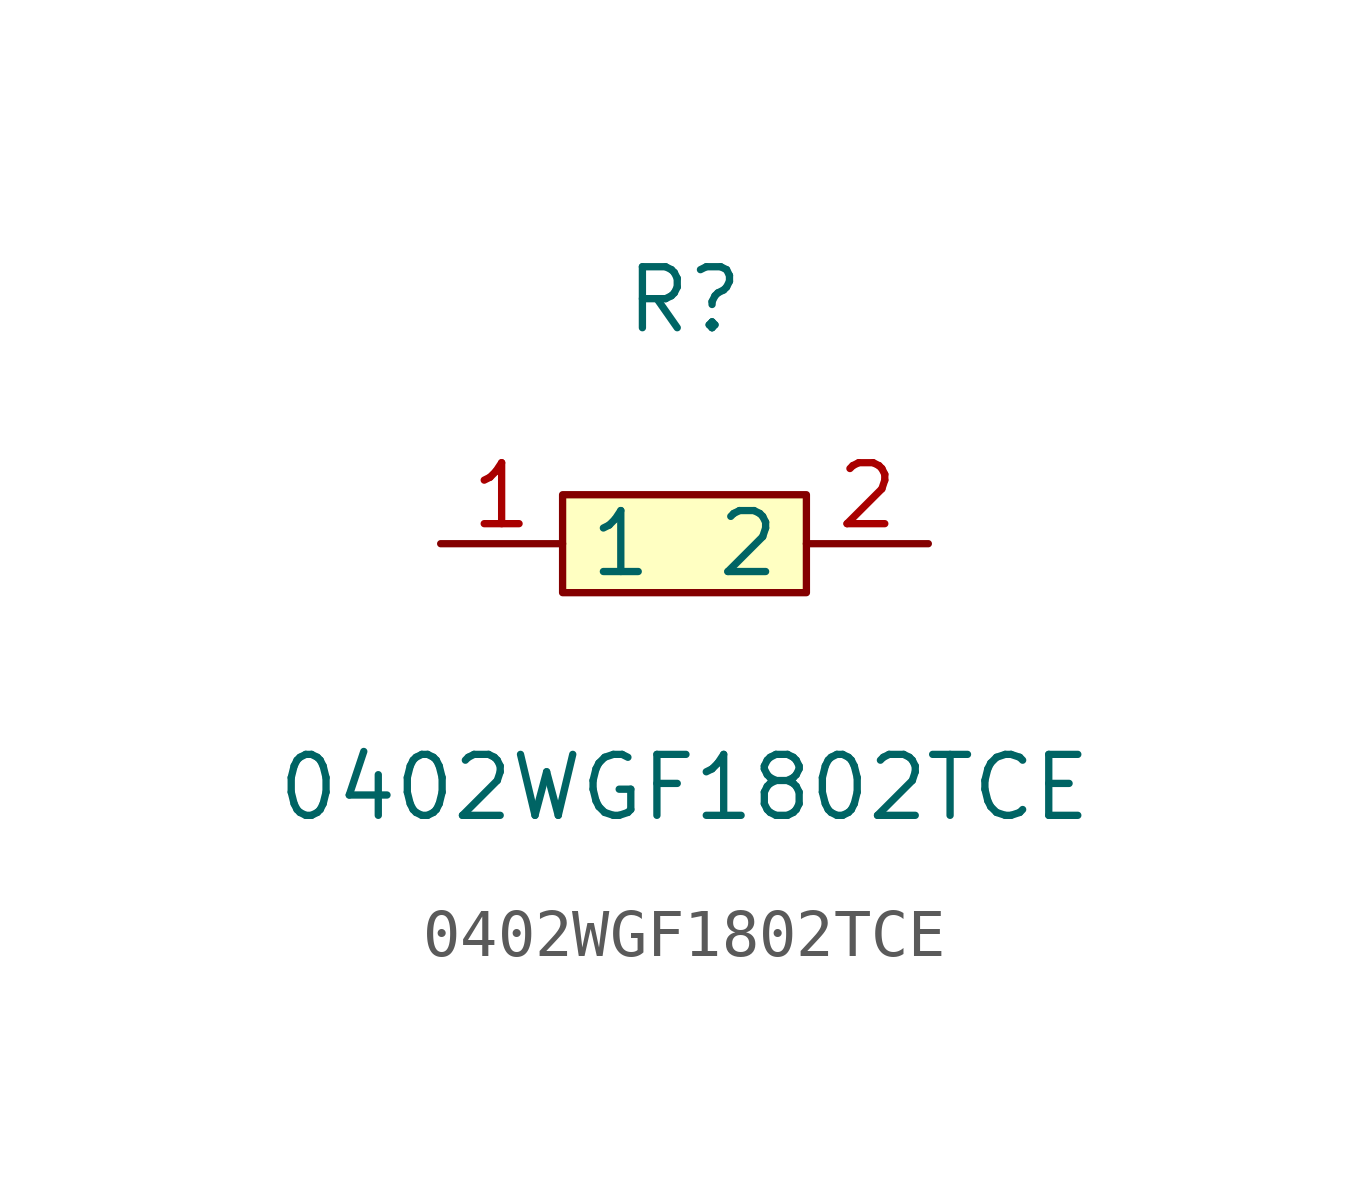
<source format=kicad_sym>
(kicad_symbol_lib
  (version 1)
  (generator "faebryk")
  (symbol "0402WGF1802TCE"
    (property "Reference" "R"
      (at 0 5.08 0)
      (effects (font (size 1.27 1.27)) (hide no)))
    (property "Value" "0402WGF1802TCE"
      (at 0 -5.08 0)
      (effects (font (size 1.27 1.27)) (hide no)))
    (symbol "0402WGF1802TCE_0_1"
      (rectangle (start -2.54 1.02) (end 2.54 -1.02) (stroke (width 0) (type default) (color 0 0 0 0)) (fill (type background)))
      (pin input line (at 5.08 0 180) (length 2.54) (name "2" (effects (font (size 1.27 1.27)) (hide no))) (number "2" (effects (font (size 1.27 1.27)) (hide no))))
      (pin input line (at -5.08 0 0) (length 2.54) (name "1" (effects (font (size 1.27 1.27)) (hide no))) (number "1" (effects (font (size 1.27 1.27)) (hide no)))))))
</source>
